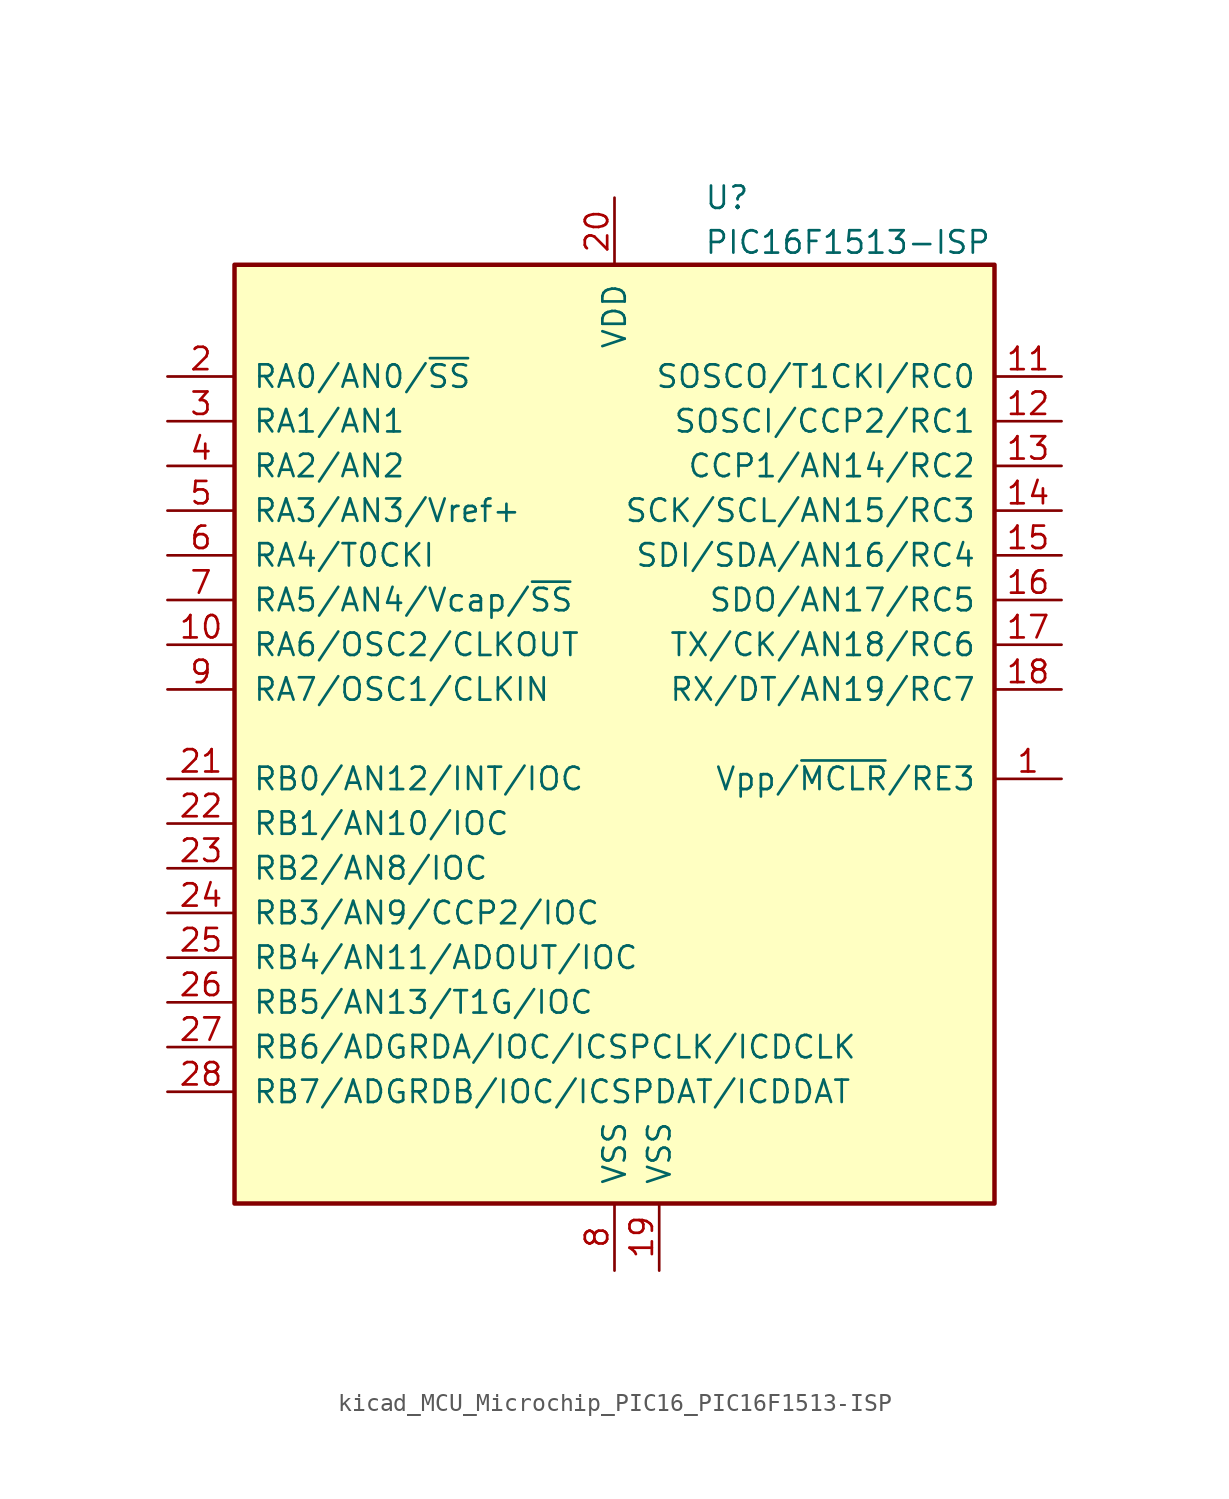
<source format=kicad_sym>
(kicad_symbol_lib
  (version 20220914)
  (generator kicad_symbol_editor)
  (symbol "kicad_MCU_Microchip_PIC16_PIC16F1513-ISP"
    (pin_names
      (offset 1.016))
    (property "Reference" "U"
      (at 5.08 30.48 0)
      (effects (font (size 1.27 1.27)) (justify left)))
    (property "Value" "PIC16F1513-ISP"
      (at 5.08 27.94 0)
      (effects (font (size 1.27 1.27)) (justify left)))
    (symbol "kicad_MCU_Microchip_PIC16_PIC16F1513-ISP_0_1"
      (rectangle (start -21.59 26.67) (end 21.59 -26.67) (stroke (width 0.254) (type default)) (fill (type background))))
    (symbol "kicad_MCU_Microchip_PIC16_PIC16F1513-ISP_1_1"
      (pin input line (at 25.4 -2.54 180) (length 3.81) (name "Vpp/~{MCLR}/RE3" (effects (font (size 1.27 1.27)))) (number "1" (effects (font (size 1.27 1.27)))))
      (pin bidirectional line (at -25.4 5.08 0) (length 3.81) (name "RA6/OSC2/CLKOUT" (effects (font (size 1.27 1.27)))) (number "10" (effects (font (size 1.27 1.27)))))
      (pin bidirectional line (at 25.4 20.32 180) (length 3.81) (name "SOSCO/T1CKI/RC0" (effects (font (size 1.27 1.27)))) (number "11" (effects (font (size 1.27 1.27)))))
      (pin bidirectional line (at 25.4 17.78 180) (length 3.81) (name "SOSCI/CCP2/RC1" (effects (font (size 1.27 1.27)))) (number "12" (effects (font (size 1.27 1.27)))))
      (pin bidirectional line (at 25.4 15.24 180) (length 3.81) (name "CCP1/AN14/RC2" (effects (font (size 1.27 1.27)))) (number "13" (effects (font (size 1.27 1.27)))))
      (pin bidirectional line (at 25.4 12.7 180) (length 3.81) (name "SCK/SCL/AN15/RC3" (effects (font (size 1.27 1.27)))) (number "14" (effects (font (size 1.27 1.27)))))
      (pin bidirectional line (at 25.4 10.16 180) (length 3.81) (name "SDI/SDA/AN16/RC4" (effects (font (size 1.27 1.27)))) (number "15" (effects (font (size 1.27 1.27)))))
      (pin bidirectional line (at 25.4 7.62 180) (length 3.81) (name "SDO/AN17/RC5" (effects (font (size 1.27 1.27)))) (number "16" (effects (font (size 1.27 1.27)))))
      (pin bidirectional line (at 25.4 5.08 180) (length 3.81) (name "TX/CK/AN18/RC6" (effects (font (size 1.27 1.27)))) (number "17" (effects (font (size 1.27 1.27)))))
      (pin bidirectional line (at 25.4 2.54 180) (length 3.81) (name "RX/DT/AN19/RC7" (effects (font (size 1.27 1.27)))) (number "18" (effects (font (size 1.27 1.27)))))
      (pin power_in line (at 2.54 -30.48 90) (length 3.81) (name "VSS" (effects (font (size 1.27 1.27)))) (number "19" (effects (font (size 1.27 1.27)))))
      (pin bidirectional line (at -25.4 20.32 0) (length 3.81) (name "RA0/AN0/~{SS}" (effects (font (size 1.27 1.27)))) (number "2" (effects (font (size 1.27 1.27)))))
      (pin power_in line (at 0 30.48 270) (length 3.81) (name "VDD" (effects (font (size 1.27 1.27)))) (number "20" (effects (font (size 1.27 1.27)))))
      (pin bidirectional line (at -25.4 -2.54 0) (length 3.81) (name "RB0/AN12/INT/IOC" (effects (font (size 1.27 1.27)))) (number "21" (effects (font (size 1.27 1.27)))))
      (pin bidirectional line (at -25.4 -5.08 0) (length 3.81) (name "RB1/AN10/IOC" (effects (font (size 1.27 1.27)))) (number "22" (effects (font (size 1.27 1.27)))))
      (pin bidirectional line (at -25.4 -7.62 0) (length 3.81) (name "RB2/AN8/IOC" (effects (font (size 1.27 1.27)))) (number "23" (effects (font (size 1.27 1.27)))))
      (pin bidirectional line (at -25.4 -10.16 0) (length 3.81) (name "RB3/AN9/CCP2/IOC" (effects (font (size 1.27 1.27)))) (number "24" (effects (font (size 1.27 1.27)))))
      (pin bidirectional line (at -25.4 -12.7 0) (length 3.81) (name "RB4/AN11/ADOUT/IOC" (effects (font (size 1.27 1.27)))) (number "25" (effects (font (size 1.27 1.27)))))
      (pin bidirectional line (at -25.4 -15.24 0) (length 3.81) (name "RB5/AN13/T1G/IOC" (effects (font (size 1.27 1.27)))) (number "26" (effects (font (size 1.27 1.27)))))
      (pin bidirectional line (at -25.4 -17.78 0) (length 3.81) (name "RB6/ADGRDA/IOC/ICSPCLK/ICDCLK" (effects (font (size 1.27 1.27)))) (number "27" (effects (font (size 1.27 1.27)))))
      (pin bidirectional line (at -25.4 -20.32 0) (length 3.81) (name "RB7/ADGRDB/IOC/ICSPDAT/ICDDAT" (effects (font (size 1.27 1.27)))) (number "28" (effects (font (size 1.27 1.27)))))
      (pin bidirectional line (at -25.4 17.78 0) (length 3.81) (name "RA1/AN1" (effects (font (size 1.27 1.27)))) (number "3" (effects (font (size 1.27 1.27)))))
      (pin bidirectional line (at -25.4 15.24 0) (length 3.81) (name "RA2/AN2" (effects (font (size 1.27 1.27)))) (number "4" (effects (font (size 1.27 1.27)))))
      (pin bidirectional line (at -25.4 12.7 0) (length 3.81) (name "RA3/AN3/Vref+" (effects (font (size 1.27 1.27)))) (number "5" (effects (font (size 1.27 1.27)))))
      (pin bidirectional line (at -25.4 10.16 0) (length 3.81) (name "RA4/T0CKI" (effects (font (size 1.27 1.27)))) (number "6" (effects (font (size 1.27 1.27)))))
      (pin bidirectional line (at -25.4 7.62 0) (length 3.81) (name "RA5/AN4/Vcap/~{SS}" (effects (font (size 1.27 1.27)))) (number "7" (effects (font (size 1.27 1.27)))))
      (pin power_in line (at 0 -30.48 90) (length 3.81) (name "VSS" (effects (font (size 1.27 1.27)))) (number "8" (effects (font (size 1.27 1.27)))))
      (pin bidirectional line (at -25.4 2.54 0) (length 3.81) (name "RA7/OSC1/CLKIN" (effects (font (size 1.27 1.27)))) (number "9" (effects (font (size 1.27 1.27))))))))
</source>
